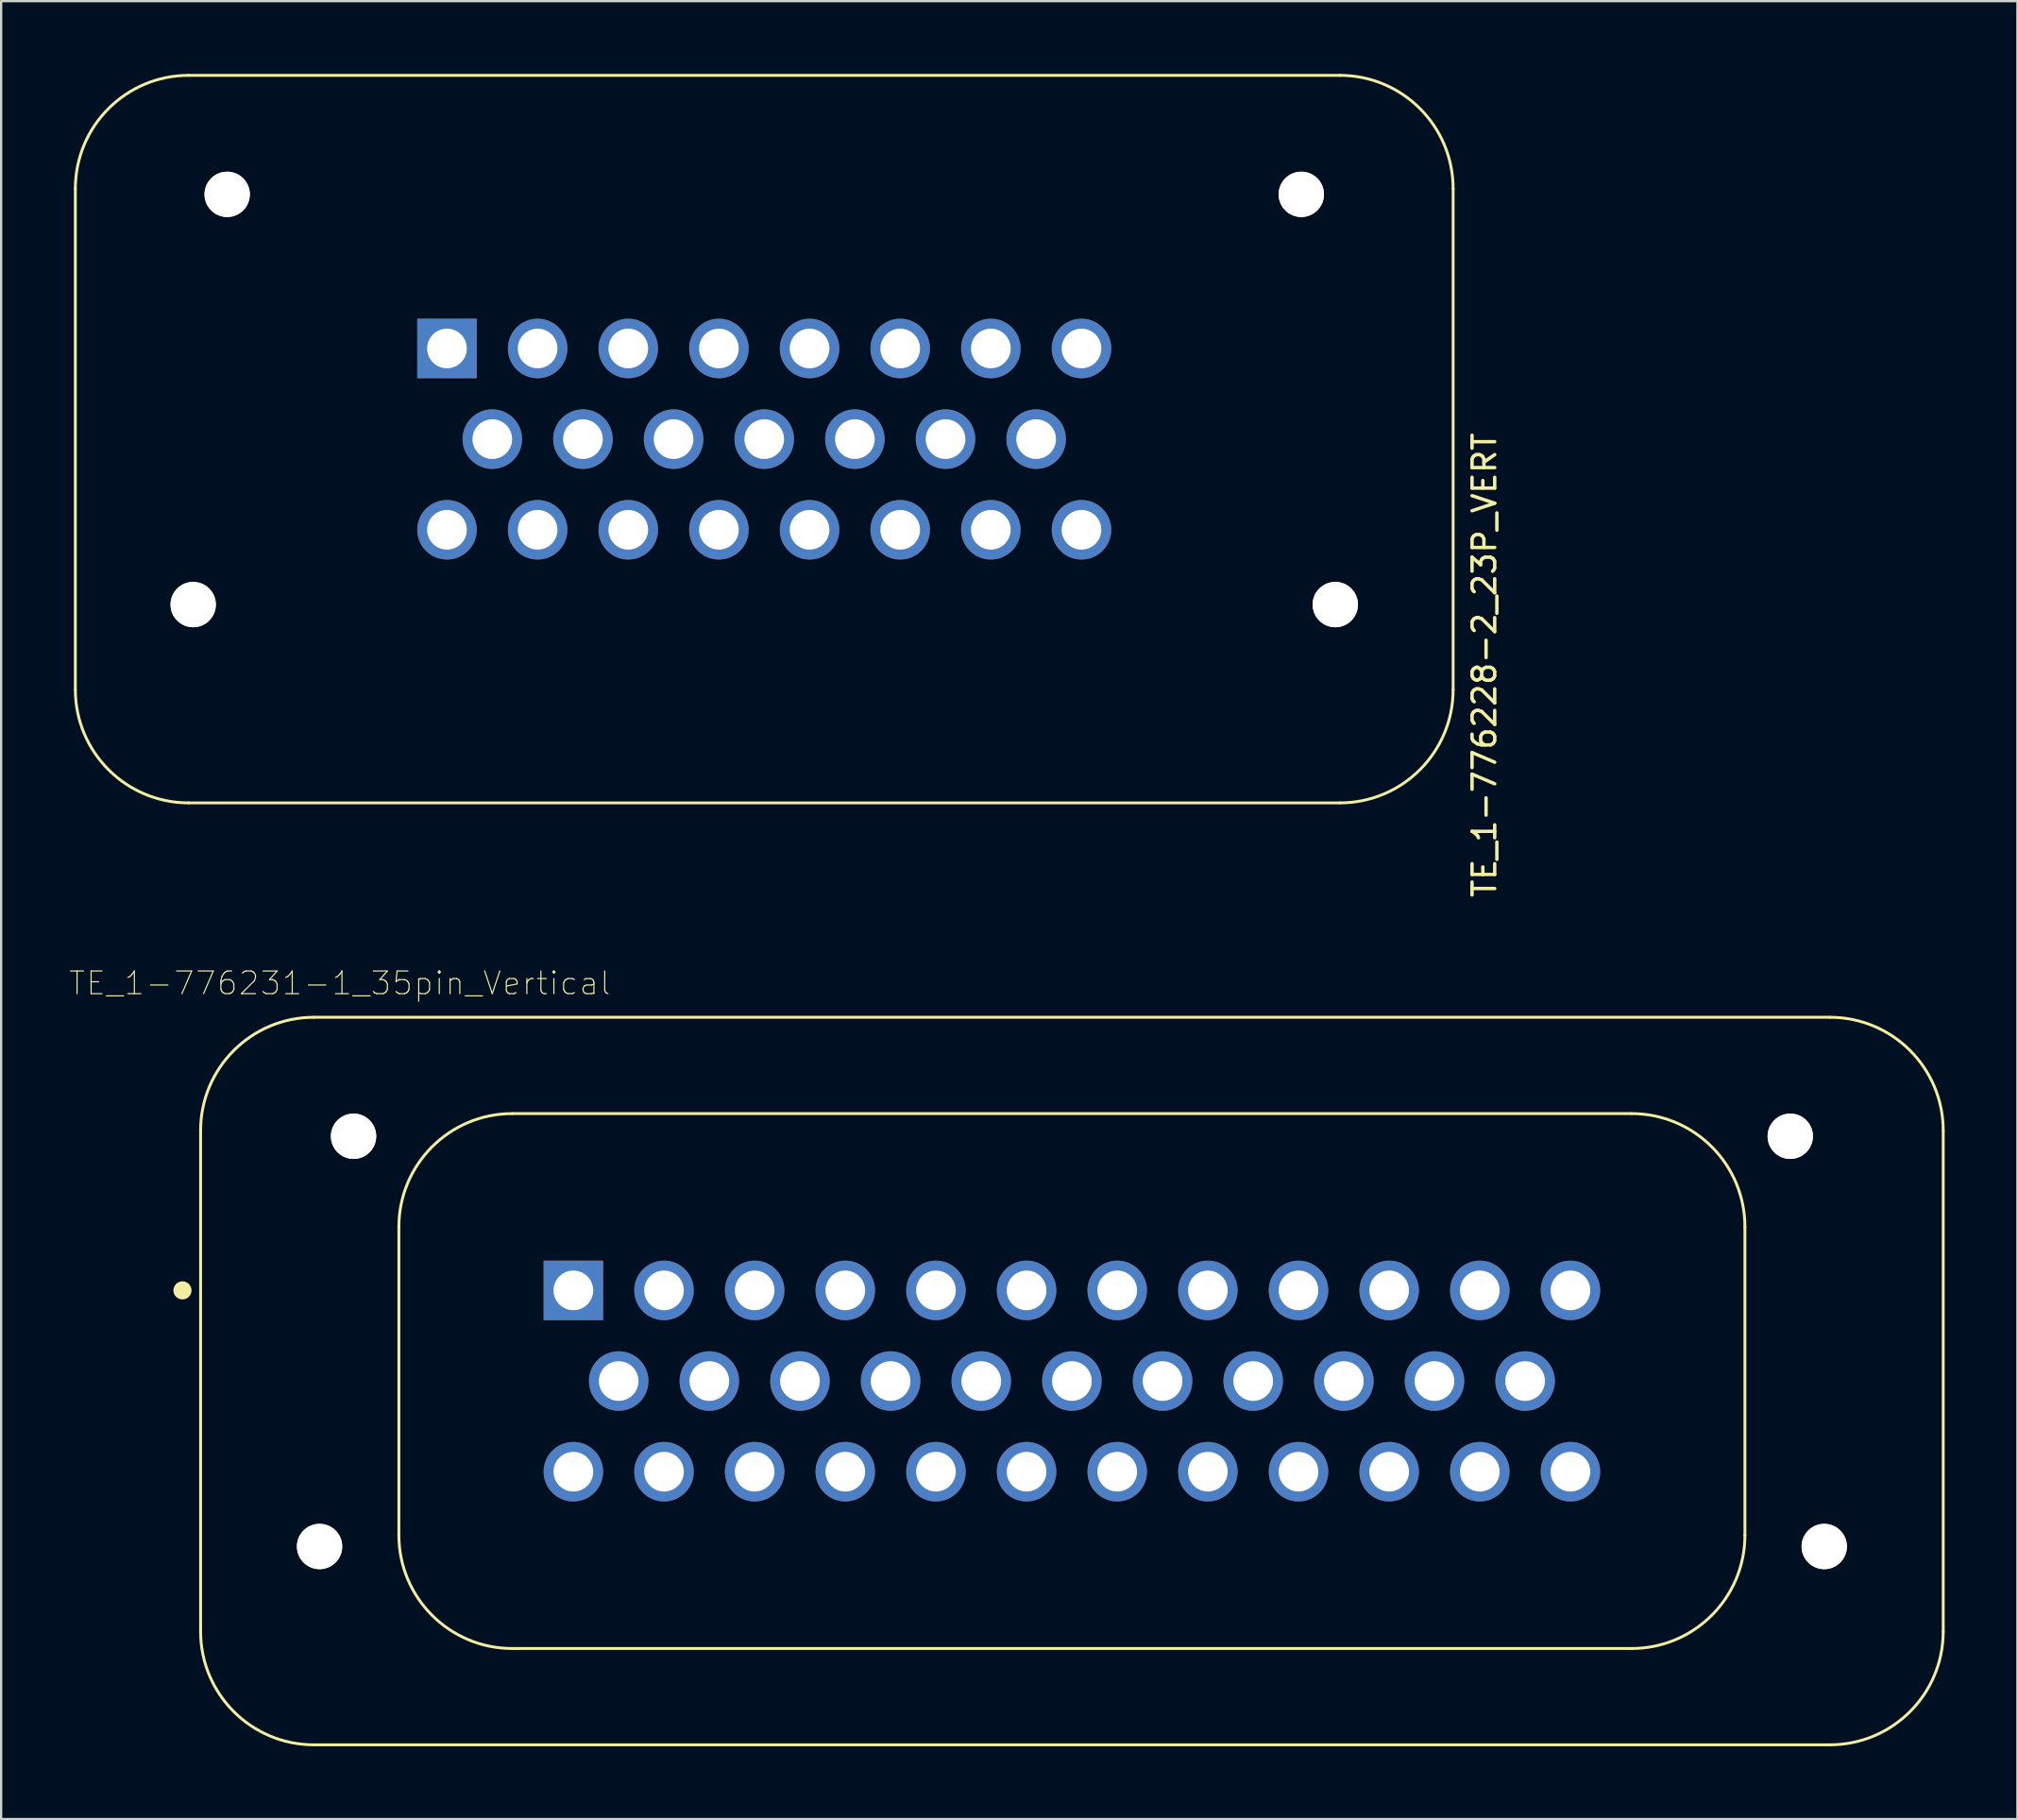
<source format=kicad_pcb>
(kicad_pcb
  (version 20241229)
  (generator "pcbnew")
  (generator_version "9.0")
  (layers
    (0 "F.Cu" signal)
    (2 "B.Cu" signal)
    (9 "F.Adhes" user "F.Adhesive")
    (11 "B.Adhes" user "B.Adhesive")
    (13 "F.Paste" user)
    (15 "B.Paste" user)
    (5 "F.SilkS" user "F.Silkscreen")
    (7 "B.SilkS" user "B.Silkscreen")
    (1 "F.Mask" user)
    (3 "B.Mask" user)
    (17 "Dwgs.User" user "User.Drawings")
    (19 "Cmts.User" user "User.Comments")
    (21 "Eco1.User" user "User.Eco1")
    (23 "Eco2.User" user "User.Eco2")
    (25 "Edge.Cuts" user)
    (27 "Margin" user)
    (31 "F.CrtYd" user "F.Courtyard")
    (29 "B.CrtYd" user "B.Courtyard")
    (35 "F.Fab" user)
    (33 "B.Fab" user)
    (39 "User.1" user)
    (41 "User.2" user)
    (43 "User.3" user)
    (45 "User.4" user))
  (footprint "TE_1-776231-1_35pin_Vertical"
    (layer "F.Cu")
    (at 44.252 57.884)
    (property "Reference" "TE_1-776231-1_35pin_Vertical" (at -32.307 -17.553 0) (layer "F.SilkS") (effects (font (size 1.002 1.002) (thickness 0.05))))
    (attr through_hole)
    (fp_line (start -38.45 -11.05) (end -38.45 11.05) (stroke (width 0.127) (type solid)) (layer "F.SilkS"))
    (fp_line (start -33.45 16.05) (end 33.45 16.05) (stroke (width 0.127) (type solid)) (layer "F.SilkS"))
    (fp_line (start -29.7 -6.8) (end -29.7 6.8) (stroke (width 0.127) (type solid)) (layer "F.SilkS"))
    (fp_line (start -24.7 11.8) (end 24.7 11.8) (stroke (width 0.127) (type solid)) (layer "F.SilkS"))
    (fp_line (start 24.7 -11.8) (end -24.7 -11.8) (stroke (width 0.127) (type solid)) (layer "F.SilkS"))
    (fp_line (start 29.7 6.8) (end 29.7 -6.8) (stroke (width 0.127) (type solid)) (layer "F.SilkS"))
    (fp_line (start 33.45 -16.05) (end -33.45 -16.05) (stroke (width 0.127) (type solid)) (layer "F.SilkS"))
    (fp_line (start 38.45 11.05) (end 38.45 -11.05) (stroke (width 0.127) (type solid)) (layer "F.SilkS"))
    (fp_arc (start -38.45 -11.05) (mid -36.985534 -14.585534) (end -33.45 -16.05) (stroke (width 0.127) (type solid)) (layer "F.SilkS"))
    (fp_arc (start -33.45 16.05) (mid -36.985534 14.585534) (end -38.45 11.05) (stroke (width 0.127) (type solid)) (layer "F.SilkS"))
    (fp_arc (start -29.7 -6.8) (mid -28.235534 -10.335534) (end -24.7 -11.8) (stroke (width 0.127) (type solid)) (layer "F.SilkS"))
    (fp_arc (start -24.7 11.8) (mid -28.235534 10.335534) (end -29.7 6.8) (stroke (width 0.127) (type solid)) (layer "F.SilkS"))
    (fp_arc (start 24.7 -11.8) (mid 28.235534 -10.335534) (end 29.7 -6.8) (stroke (width 0.127) (type solid)) (layer "F.SilkS"))
    (fp_arc (start 29.7 6.8) (mid 28.235534 10.335534) (end 24.7 11.8) (stroke (width 0.127) (type solid)) (layer "F.SilkS"))
    (fp_arc (start 33.45 -16.05) (mid 36.985534 -14.585534) (end 38.45 -11.05) (stroke (width 0.127) (type solid)) (layer "F.SilkS"))
    (fp_arc (start 38.45 11.05) (mid 36.985534 14.585534) (end 33.45 16.05) (stroke (width 0.127) (type solid)) (layer "F.SilkS"))
    (fp_circle (center -39.25 -4) (end -39.05 -4) (stroke (width 0.4) (type solid)) (fill no) (layer "F.SilkS"))
    (fp_line (start -38.7 11.3) (end -38.7 -11.3) (stroke (width 0.05) (type solid)) (layer "Eco1.User"))
    (fp_line (start -33.7 -16.3) (end 33.7 -16.3) (stroke (width 0.05) (type solid)) (layer "Eco1.User"))
    (fp_line (start 33.7 16.3) (end -33.7 16.3) (stroke (width 0.05) (type solid)) (layer "Eco1.User"))
    (fp_line (start 38.7 -11.3) (end 38.7 11.3) (stroke (width 0.05) (type solid)) (layer "Eco1.User"))
    (fp_arc (start -38.7 -11.3) (mid -37.235534 -14.835534) (end -33.7 -16.3) (stroke (width 0.05) (type solid)) (layer "Eco1.User"))
    (fp_arc (start -33.7 16.3) (mid -37.235534 14.835534) (end -38.7 11.3) (stroke (width 0.05) (type solid)) (layer "Eco1.User"))
    (fp_arc (start 33.7 -16.3) (mid 37.235534 -14.835534) (end 38.7 -11.3) (stroke (width 0.05) (type solid)) (layer "Eco1.User"))
    (fp_arc (start 38.7 11.3) (mid 37.235534 14.835534) (end 33.7 16.3) (stroke (width 0.05) (type solid)) (layer "Eco1.User"))
    (fp_line (start -38.45 -11.05) (end -38.45 11.05) (stroke (width 0.127) (type solid)) (layer "Eco2.User"))
    (fp_line (start -33.45 16.05) (end 33.45 16.05) (stroke (width 0.127) (type solid)) (layer "Eco2.User"))
    (fp_line (start -29.7 -6.8) (end -29.7 6.8) (stroke (width 0.127) (type solid)) (layer "Eco2.User"))
    (fp_line (start -24.7 11.8) (end 24.7 11.8) (stroke (width 0.127) (type solid)) (layer "Eco2.User"))
    (fp_line (start 24.7 -11.8) (end -24.7 -11.8) (stroke (width 0.127) (type solid)) (layer "Eco2.User"))
    (fp_line (start 29.7 6.8) (end 29.7 -6.8) (stroke (width 0.127) (type solid)) (layer "Eco2.User"))
    (fp_line (start 33.45 -16.05) (end -33.45 -16.05) (stroke (width 0.127) (type solid)) (layer "Eco2.User"))
    (fp_line (start 38.45 11.05) (end 38.45 -11.05) (stroke (width 0.127) (type solid)) (layer "Eco2.User"))
    (fp_arc (start -38.45 -11.05) (mid -36.985534 -14.585534) (end -33.45 -16.05) (stroke (width 0.127) (type solid)) (layer "Eco2.User"))
    (fp_arc (start -33.45 16.05) (mid -36.985534 14.585534) (end -38.45 11.05) (stroke (width 0.127) (type solid)) (layer "Eco2.User"))
    (fp_arc (start -29.7 -6.8) (mid -28.235534 -10.335534) (end -24.7 -11.8) (stroke (width 0.127) (type solid)) (layer "Eco2.User"))
    (fp_arc (start -24.7 11.8) (mid -28.235534 10.335534) (end -29.7 6.8) (stroke (width 0.127) (type solid)) (layer "Eco2.User"))
    (fp_arc (start 24.7 -11.8) (mid 28.235534 -10.335534) (end 29.7 -6.8) (stroke (width 0.127) (type solid)) (layer "Eco2.User"))
    (fp_arc (start 29.7 6.8) (mid 28.235534 10.335534) (end 24.7 11.8) (stroke (width 0.127) (type solid)) (layer "Eco2.User"))
    (fp_arc (start 33.45 -16.05) (mid 36.985534 -14.585534) (end 38.45 -11.05) (stroke (width 0.127) (type solid)) (layer "Eco2.User"))
    (fp_arc (start 38.45 11.05) (mid 36.985534 14.585534) (end 33.45 16.05) (stroke (width 0.127) (type solid)) (layer "Eco2.User"))
    (fp_circle (center -22 -4) (end -21.8 -4) (stroke (width 0.4) (type solid)) (fill no) (layer "Eco2.User"))
    (pad "" np_thru_hole circle (at -33.2 7.3) (size 2 2) (drill 2) (layers "*.Cu" "*.Mask" "F.SilkS"))
    (pad "" np_thru_hole circle (at -31.7 -10.8) (size 2 2) (drill 2) (layers "*.Cu" "*.Mask" "F.SilkS"))
    (pad "" np_thru_hole circle (at 31.7 -10.8) (size 2 2) (drill 2) (layers "*.Cu" "*.Mask" "F.SilkS"))
    (pad "" np_thru_hole circle (at 33.2 7.3) (size 2 2) (drill 2) (layers "*.Cu" "*.Mask" "F.SilkS"))
    (pad "1" thru_hole rect (at -22 -4) (size 2.625 2.625) (drill 1.75) (layers "*.Cu" "*.Mask"))
    (pad "2" thru_hole circle (at -18 -4) (size 2.625 2.625) (drill 1.75) (layers "*.Cu" "*.Mask"))
    (pad "3" thru_hole circle (at -14 -4) (size 2.625 2.625) (drill 1.75) (layers "*.Cu" "*.Mask"))
    (pad "4" thru_hole circle (at -10 -4) (size 2.625 2.625) (drill 1.75) (layers "*.Cu" "*.Mask"))
    (pad "5" thru_hole circle (at -6 -4) (size 2.625 2.625) (drill 1.75) (layers "*.Cu" "*.Mask"))
    (pad "6" thru_hole circle (at -2 -4) (size 2.625 2.625) (drill 1.75) (layers "*.Cu" "*.Mask"))
    (pad "7" thru_hole circle (at 2 -4) (size 2.625 2.625) (drill 1.75) (layers "*.Cu" "*.Mask"))
    (pad "8" thru_hole circle (at 6 -4) (size 2.625 2.625) (drill 1.75) (layers "*.Cu" "*.Mask"))
    (pad "9" thru_hole circle (at 10 -4) (size 2.625 2.625) (drill 1.75) (layers "*.Cu" "*.Mask"))
    (pad "10" thru_hole circle (at 14 -4) (size 2.625 2.625) (drill 1.75) (layers "*.Cu" "*.Mask"))
    (pad "11" thru_hole circle (at 18 -4) (size 2.625 2.625) (drill 1.75) (layers "*.Cu" "*.Mask"))
    (pad "12" thru_hole circle (at 22 -4) (size 2.625 2.625) (drill 1.75) (layers "*.Cu" "*.Mask"))
    (pad "13" thru_hole circle (at -20 0) (size 2.625 2.625) (drill 1.75) (layers "*.Cu" "*.Mask"))
    (pad "14" thru_hole circle (at -16 0) (size 2.625 2.625) (drill 1.75) (layers "*.Cu" "*.Mask"))
    (pad "15" thru_hole circle (at -12 0) (size 2.625 2.625) (drill 1.75) (layers "*.Cu" "*.Mask"))
    (pad "16" thru_hole circle (at -8 0) (size 2.625 2.625) (drill 1.75) (layers "*.Cu" "*.Mask"))
    (pad "17" thru_hole circle (at -4 0) (size 2.625 2.625) (drill 1.75) (layers "*.Cu" "*.Mask"))
    (pad "18" thru_hole circle (at 0 0) (size 2.625 2.625) (drill 1.75) (layers "*.Cu" "*.Mask"))
    (pad "19" thru_hole circle (at 4 0) (size 2.625 2.625) (drill 1.75) (layers "*.Cu" "*.Mask"))
    (pad "20" thru_hole circle (at 8 0) (size 2.625 2.625) (drill 1.75) (layers "*.Cu" "*.Mask"))
    (pad "21" thru_hole circle (at 12 0) (size 2.625 2.625) (drill 1.75) (layers "*.Cu" "*.Mask"))
    (pad "22" thru_hole circle (at 16 0) (size 2.625 2.625) (drill 1.75) (layers "*.Cu" "*.Mask"))
    (pad "23" thru_hole circle (at 20 0) (size 2.625 2.625) (drill 1.75) (layers "*.Cu" "*.Mask"))
    (pad "24" thru_hole circle (at -22 4) (size 2.625 2.625) (drill 1.75) (layers "*.Cu" "*.Mask"))
    (pad "25" thru_hole circle (at -18 4) (size 2.625 2.625) (drill 1.75) (layers "*.Cu" "*.Mask"))
    (pad "26" thru_hole circle (at -14 4) (size 2.625 2.625) (drill 1.75) (layers "*.Cu" "*.Mask"))
    (pad "27" thru_hole circle (at -10 4) (size 2.625 2.625) (drill 1.75) (layers "*.Cu" "*.Mask"))
    (pad "28" thru_hole circle (at -6 4) (size 2.625 2.625) (drill 1.75) (layers "*.Cu" "*.Mask"))
    (pad "29" thru_hole circle (at -2 4) (size 2.625 2.625) (drill 1.75) (layers "*.Cu" "*.Mask"))
    (pad "30" thru_hole circle (at 2 4) (size 2.625 2.625) (drill 1.75) (layers "*.Cu" "*.Mask"))
    (pad "31" thru_hole circle (at 6 4) (size 2.625 2.625) (drill 1.75) (layers "*.Cu" "*.Mask"))
    (pad "32" thru_hole circle (at 10 4) (size 2.625 2.625) (drill 1.75) (layers "*.Cu" "*.Mask"))
    (pad "33" thru_hole circle (at 14 4) (size 2.625 2.625) (drill 1.75) (layers "*.Cu" "*.Mask"))
    (pad "34" thru_hole circle (at 18 4) (size 2.625 2.625) (drill 1.75) (layers "*.Cu" "*.Mask"))
    (pad "35" thru_hole circle (at 22 4) (size 2.625 2.625) (drill 1.75) (layers "*.Cu" "*.Mask")))
  (footprint "TE_1-776228-2_23P_VERT"
    (layer "F.Cu")
    (at 30.675 16.325)
    (property "Reference" "TE_1-776228-2_23P_VERT" (at 31.78 9.97 90) (layer "F.SilkS") (effects (font (size 1 1) (thickness 0.15))))
    (attr through_hole)
    (fp_line (start -30.4 -11.05) (end -30.4 11.05) (stroke (width 0.127) (type solid)) (layer "F.SilkS"))
    (fp_line (start -25.4 16.05) (end 25.4 16.05) (stroke (width 0.127) (type solid)) (layer "F.SilkS"))
    (fp_line (start 25.4 -16.05) (end -25.4 -16.05) (stroke (width 0.127) (type solid)) (layer "F.SilkS"))
    (fp_line (start 30.4 11.05) (end 30.4 -11.05) (stroke (width 0.127) (type solid)) (layer "F.SilkS"))
    (fp_arc (start -30.4 -11.05) (mid -28.935534 -14.585534) (end -25.4 -16.05) (stroke (width 0.127) (type solid)) (layer "F.SilkS"))
    (fp_arc (start -25.4 16.05) (mid -28.935534 14.585534) (end -30.4 11.05) (stroke (width 0.127) (type solid)) (layer "F.SilkS"))
    (fp_arc (start 25.4 -16.05) (mid 28.935534 -14.585534) (end 30.4 -11.05) (stroke (width 0.127) (type solid)) (layer "F.SilkS"))
    (fp_arc (start 30.4 11.05) (mid 28.935534 14.585534) (end 25.4 16.05) (stroke (width 0.127) (type solid)) (layer "F.SilkS"))
    (fp_line (start -30.65 -11.3) (end -30.65 11.3) (stroke (width 0.05) (type solid)) (layer "Eco1.User"))
    (fp_line (start -25.65 16.3) (end 25.65 16.3) (stroke (width 0.05) (type solid)) (layer "Eco1.User"))
    (fp_line (start 25.65 -16.3) (end -25.65 -16.3) (stroke (width 0.05) (type solid)) (layer "Eco1.User"))
    (fp_line (start 30.65 11.3) (end 30.65 -11.3) (stroke (width 0.05) (type solid)) (layer "Eco1.User"))
    (fp_arc (start -30.65 -11.3) (mid -29.185534 -14.835534) (end -25.65 -16.3) (stroke (width 0.05) (type solid)) (layer "Eco1.User"))
    (fp_arc (start -25.65 16.3) (mid -29.185534 14.835534) (end -30.65 11.3) (stroke (width 0.05) (type solid)) (layer "Eco1.User"))
    (fp_arc (start 25.65 -16.3) (mid 29.185534 -14.835534) (end 30.65 -11.3) (stroke (width 0.05) (type solid)) (layer "Eco1.User"))
    (fp_arc (start 30.65 11.3) (mid 29.185534 14.835534) (end 25.65 16.3) (stroke (width 0.05) (type solid)) (layer "Eco1.User"))
    (fp_line (start -30.4 -11.05) (end -30.4 11.05) (stroke (width 0.127) (type solid)) (layer "Eco2.User"))
    (fp_line (start -25.4 16.05) (end 25.4 16.05) (stroke (width 0.127) (type solid)) (layer "Eco2.User"))
    (fp_line (start 25.4 -16.05) (end -25.4 -16.05) (stroke (width 0.127) (type solid)) (layer "Eco2.User"))
    (fp_line (start 30.4 11.05) (end 30.4 -11.05) (stroke (width 0.127) (type solid)) (layer "Eco2.User"))
    (fp_arc (start -30.4 -11.05) (mid -28.935534 -14.585534) (end -25.4 -16.05) (stroke (width 0.127) (type solid)) (layer "Eco2.User"))
    (fp_arc (start -25.4 16.05) (mid -28.935534 14.585534) (end -30.4 11.05) (stroke (width 0.127) (type solid)) (layer "Eco2.User"))
    (fp_arc (start 25.4 -16.05) (mid 28.935534 -14.585534) (end 30.4 -11.05) (stroke (width 0.127) (type solid)) (layer "Eco2.User"))
    (fp_arc (start 30.4 11.05) (mid 28.935534 14.585534) (end 25.4 16.05) (stroke (width 0.127) (type solid)) (layer "Eco2.User"))
    (pad "" np_thru_hole circle (at -25.2 7.3) (size 2 2) (drill 2) (layers "*.Cu" "*.Mask" "F.SilkS"))
    (pad "" np_thru_hole circle (at -23.7 -10.8) (size 2 2) (drill 2) (layers "*.Cu" "*.Mask" "F.SilkS"))
    (pad "" np_thru_hole circle (at 23.7 -10.8) (size 2 2) (drill 2) (layers "*.Cu" "*.Mask" "F.SilkS"))
    (pad "" np_thru_hole circle (at 25.2 7.3) (size 2 2) (drill 2) (layers "*.Cu" "*.Mask" "F.SilkS"))
    (pad "1" thru_hole rect (at -14 -4) (size 2.625 2.625) (drill 1.75) (layers "*.Cu" "*.Mask"))
    (pad "2" thru_hole circle (at -10 -4) (size 2.625 2.625) (drill 1.75) (layers "*.Cu" "*.Mask"))
    (pad "3" thru_hole circle (at -6 -4) (size 2.625 2.625) (drill 1.75) (layers "*.Cu" "*.Mask"))
    (pad "4" thru_hole circle (at -2 -4) (size 2.625 2.625) (drill 1.75) (layers "*.Cu" "*.Mask"))
    (pad "5" thru_hole circle (at 2 -4) (size 2.625 2.625) (drill 1.75) (layers "*.Cu" "*.Mask"))
    (pad "6" thru_hole circle (at 6 -4) (size 2.625 2.625) (drill 1.75) (layers "*.Cu" "*.Mask"))
    (pad "7" thru_hole circle (at 10 -4) (size 2.625 2.625) (drill 1.75) (layers "*.Cu" "*.Mask"))
    (pad "8" thru_hole circle (at 14 -4) (size 2.625 2.625) (drill 1.75) (layers "*.Cu" "*.Mask"))
    (pad "9" thru_hole circle (at -12 0) (size 2.625 2.625) (drill 1.75) (layers "*.Cu" "*.Mask"))
    (pad "10" thru_hole circle (at -8 0) (size 2.625 2.625) (drill 1.75) (layers "*.Cu" "*.Mask"))
    (pad "11" thru_hole circle (at -4 0) (size 2.625 2.625) (drill 1.75) (layers "*.Cu" "*.Mask"))
    (pad "12" thru_hole circle (at 0 0) (size 2.625 2.625) (drill 1.75) (layers "*.Cu" "*.Mask"))
    (pad "13" thru_hole circle (at 4 0) (size 2.625 2.625) (drill 1.75) (layers "*.Cu" "*.Mask"))
    (pad "14" thru_hole circle (at 8 0) (size 2.625 2.625) (drill 1.75) (layers "*.Cu" "*.Mask"))
    (pad "15" thru_hole circle (at 12 0) (size 2.625 2.625) (drill 1.75) (layers "*.Cu" "*.Mask"))
    (pad "16" thru_hole circle (at -14 4) (size 2.625 2.625) (drill 1.75) (layers "*.Cu" "*.Mask"))
    (pad "17" thru_hole circle (at -10 4) (size 2.625 2.625) (drill 1.75) (layers "*.Cu" "*.Mask"))
    (pad "18" thru_hole circle (at -6 4) (size 2.625 2.625) (drill 1.75) (layers "*.Cu" "*.Mask"))
    (pad "19" thru_hole circle (at -2 4) (size 2.625 2.625) (drill 1.75) (layers "*.Cu" "*.Mask"))
    (pad "20" thru_hole circle (at 2 4) (size 2.625 2.625) (drill 1.75) (layers "*.Cu" "*.Mask"))
    (pad "21" thru_hole circle (at 6 4) (size 2.625 2.625) (drill 1.75) (layers "*.Cu" "*.Mask"))
    (pad "22" thru_hole circle (at 10 4) (size 2.625 2.625) (drill 1.75) (layers "*.Cu" "*.Mask"))
    (pad "23" thru_hole circle (at 14 4) (size 2.625 2.625) (drill 1.75) (layers "*.Cu" "*.Mask")))
  (gr_rect
    (start -3 -3)
    (end 85.977 77.209)
    (stroke (width 0.1) (type default))
    (fill no)
    (layer "Edge.Cuts")))
</source>
